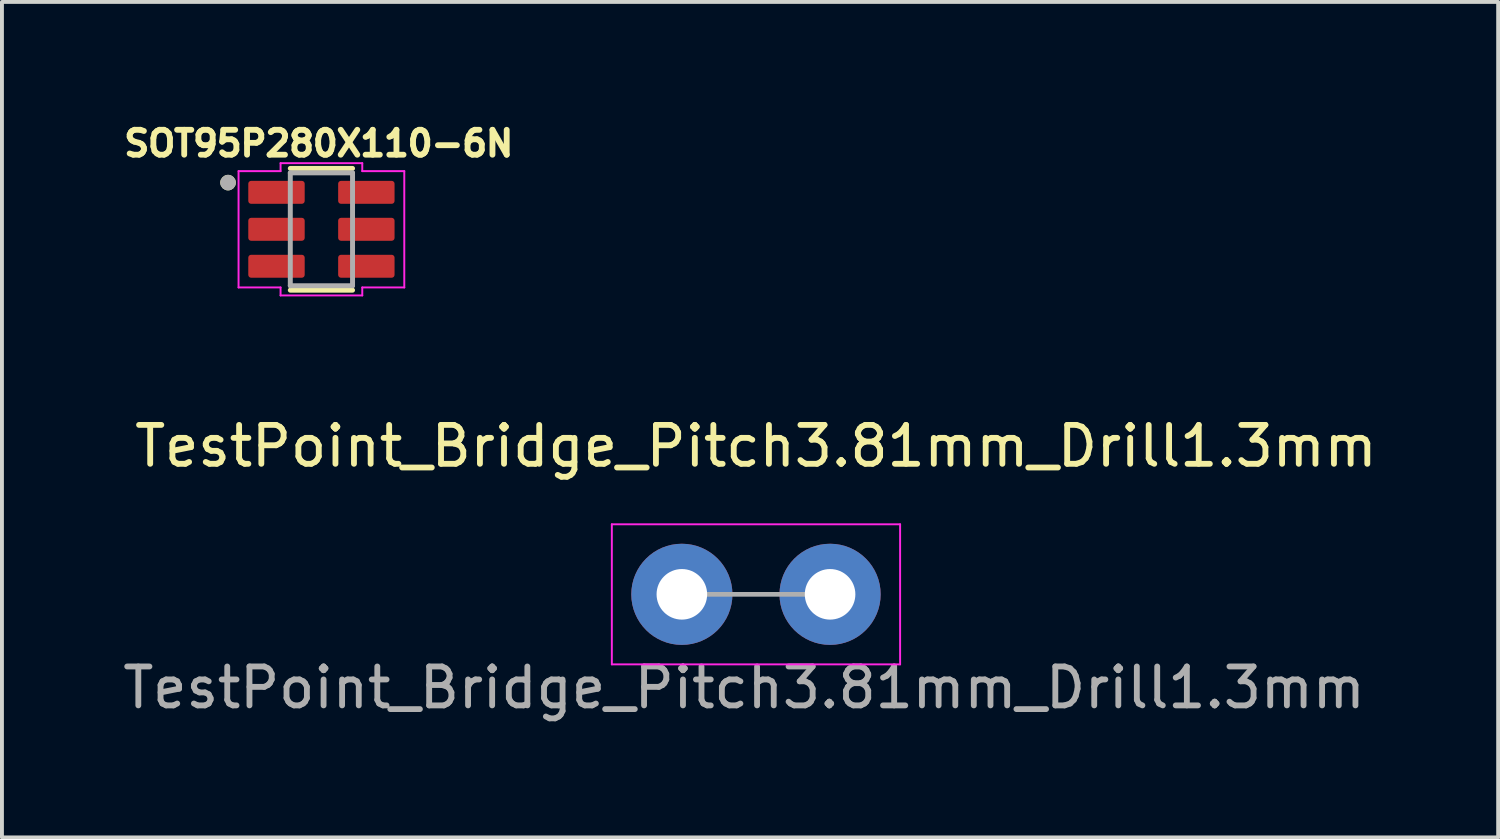
<source format=kicad_pcb>
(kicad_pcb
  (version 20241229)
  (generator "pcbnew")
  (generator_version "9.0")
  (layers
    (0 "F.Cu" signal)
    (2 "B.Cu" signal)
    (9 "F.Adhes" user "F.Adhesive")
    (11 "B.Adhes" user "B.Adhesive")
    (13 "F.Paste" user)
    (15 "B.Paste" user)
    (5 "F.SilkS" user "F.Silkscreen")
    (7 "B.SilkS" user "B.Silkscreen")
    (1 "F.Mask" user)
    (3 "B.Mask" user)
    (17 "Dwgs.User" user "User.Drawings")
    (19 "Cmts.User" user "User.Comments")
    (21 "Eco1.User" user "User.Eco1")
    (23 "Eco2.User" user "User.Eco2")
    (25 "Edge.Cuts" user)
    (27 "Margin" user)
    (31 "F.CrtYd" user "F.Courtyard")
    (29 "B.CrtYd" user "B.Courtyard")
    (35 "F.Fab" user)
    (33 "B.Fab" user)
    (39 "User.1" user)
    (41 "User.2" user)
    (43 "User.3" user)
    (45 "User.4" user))
  (footprint "SOT95P280X110-6N"
    (layer "F.Cu")
    (at 5.212 2.844)
    (property "Reference" "SOT95P280X110-6N" (at -0.068 -2.206 0) (layer "F.SilkS") (effects (font (size 0.64 0.64) (thickness 0.15))))
    (attr smd)
    (fp_line (start -0.8 -1.565) (end 0.8 -1.565) (stroke (width 0.127) (type solid)) (layer "F.SilkS"))
    (fp_line (start -0.8 1.565) (end 0.8 1.565) (stroke (width 0.127) (type solid)) (layer "F.SilkS"))
    (fp_circle (center -2.4 -1.2) (end -2.3 -1.2) (stroke (width 0.2) (type solid)) (fill no) (layer "F.SilkS"))
    (fp_line (start -2.13 -1.495) (end -2.13 1.495) (stroke (width 0.05) (type solid)) (layer "F.CrtYd"))
    (fp_line (start -2.13 1.495) (end -1.05 1.495) (stroke (width 0.05) (type solid)) (layer "F.CrtYd"))
    (fp_line (start -1.05 -1.7) (end -1.05 -1.495) (stroke (width 0.05) (type solid)) (layer "F.CrtYd"))
    (fp_line (start -1.05 -1.495) (end -2.13 -1.495) (stroke (width 0.05) (type solid)) (layer "F.CrtYd"))
    (fp_line (start -1.05 1.495) (end -1.05 1.7) (stroke (width 0.05) (type solid)) (layer "F.CrtYd"))
    (fp_line (start -1.05 1.7) (end 1.05 1.7) (stroke (width 0.05) (type solid)) (layer "F.CrtYd"))
    (fp_line (start 1.05 -1.7) (end -1.05 -1.7) (stroke (width 0.05) (type solid)) (layer "F.CrtYd"))
    (fp_line (start 1.05 -1.495) (end 1.05 -1.7) (stroke (width 0.05) (type solid)) (layer "F.CrtYd"))
    (fp_line (start 1.05 1.495) (end 2.13 1.495) (stroke (width 0.05) (type solid)) (layer "F.CrtYd"))
    (fp_line (start 1.05 1.7) (end 1.05 1.495) (stroke (width 0.05) (type solid)) (layer "F.CrtYd"))
    (fp_line (start 2.13 -1.495) (end 1.05 -1.495) (stroke (width 0.05) (type solid)) (layer "F.CrtYd"))
    (fp_line (start 2.13 1.495) (end 2.13 -1.495) (stroke (width 0.05) (type solid)) (layer "F.CrtYd"))
    (fp_line (start -0.8 -1.45) (end -0.8 1.45) (stroke (width 0.127) (type solid)) (layer "F.Fab"))
    (fp_line (start -0.8 1.45) (end 0.8 1.45) (stroke (width 0.127) (type solid)) (layer "F.Fab"))
    (fp_line (start 0.8 -1.45) (end -0.8 -1.45) (stroke (width 0.127) (type solid)) (layer "F.Fab"))
    (fp_line (start 0.8 1.45) (end 0.8 -1.45) (stroke (width 0.127) (type solid)) (layer "F.Fab"))
    (fp_circle (center -2.4 -1.2) (end -2.3 -1.2) (stroke (width 0.2) (type solid)) (fill no) (layer "F.Fab"))
    (pad "1" smd roundrect (at -1.155 -0.95) (size 1.45 0.59) (layers "F.Cu" "F.Mask" "F.Paste") (roundrect_rratio 0.125))
    (pad "2" smd roundrect (at -1.155 0) (size 1.45 0.59) (layers "F.Cu" "F.Mask" "F.Paste") (roundrect_rratio 0.125))
    (pad "3" smd roundrect (at -1.155 0.95) (size 1.45 0.59) (layers "F.Cu" "F.Mask" "F.Paste") (roundrect_rratio 0.125))
    (pad "4" smd roundrect (at 1.155 0.95) (size 1.45 0.59) (layers "F.Cu" "F.Mask" "F.Paste") (roundrect_rratio 0.125))
    (pad "5" smd roundrect (at 1.155 0) (size 1.45 0.59) (layers "F.Cu" "F.Mask" "F.Paste") (roundrect_rratio 0.125))
    (pad "6" smd roundrect (at 1.155 -0.95) (size 1.45 0.59) (layers "F.Cu" "F.Mask" "F.Paste") (roundrect_rratio 0.125)))
  (footprint "TestPoint_Bridge_Pitch3.81mm_Drill1.3mm"
    (layer "F.Cu")
    (at 14.477 12.227)
    (property "Reference" "TestPoint_Bridge_Pitch3.81mm_Drill1.3mm" (at 1.905 -3.81 0) (layer "F.SilkS") (effects (font (size 1 1) (thickness 0.15))))
    (attr through_hole exclude_from_bom)
    (fp_line (start -1.8 -1.8) (end -1.8 1.8) (stroke (width 0.05) (type solid)) (layer "F.CrtYd"))
    (fp_line (start -1.8 -1.8) (end 5.61 -1.8) (stroke (width 0.05) (type solid)) (layer "F.CrtYd"))
    (fp_line (start 5.61 1.8) (end -1.8 1.8) (stroke (width 0.05) (type solid)) (layer "F.CrtYd"))
    (fp_line (start 5.61 1.8) (end 5.61 -1.8) (stroke (width 0.05) (type solid)) (layer "F.CrtYd"))
    (fp_line (start 3.81 0) (end 0 0) (stroke (width 0.12) (type solid)) (layer "F.Fab"))
    (fp_text user "${REFERENCE}" (at 1.6 2.4 0) (layer "F.Fab") (effects (font (size 1 1) (thickness 0.15))))
    (pad "1" thru_hole circle (at 0 0) (size 2.6 2.6) (drill 1.3) (layers "*.Cu" "*.Mask"))
    (pad "1" thru_hole circle (at 3.81 0) (size 2.6 2.6) (drill 1.3) (layers "*.Cu" "*.Mask")))
  (gr_rect
    (start -3 -3)
    (end 35.46 18.476)
    (stroke (width 0.1) (type default))
    (fill no)
    (layer "Edge.Cuts")))
</source>
